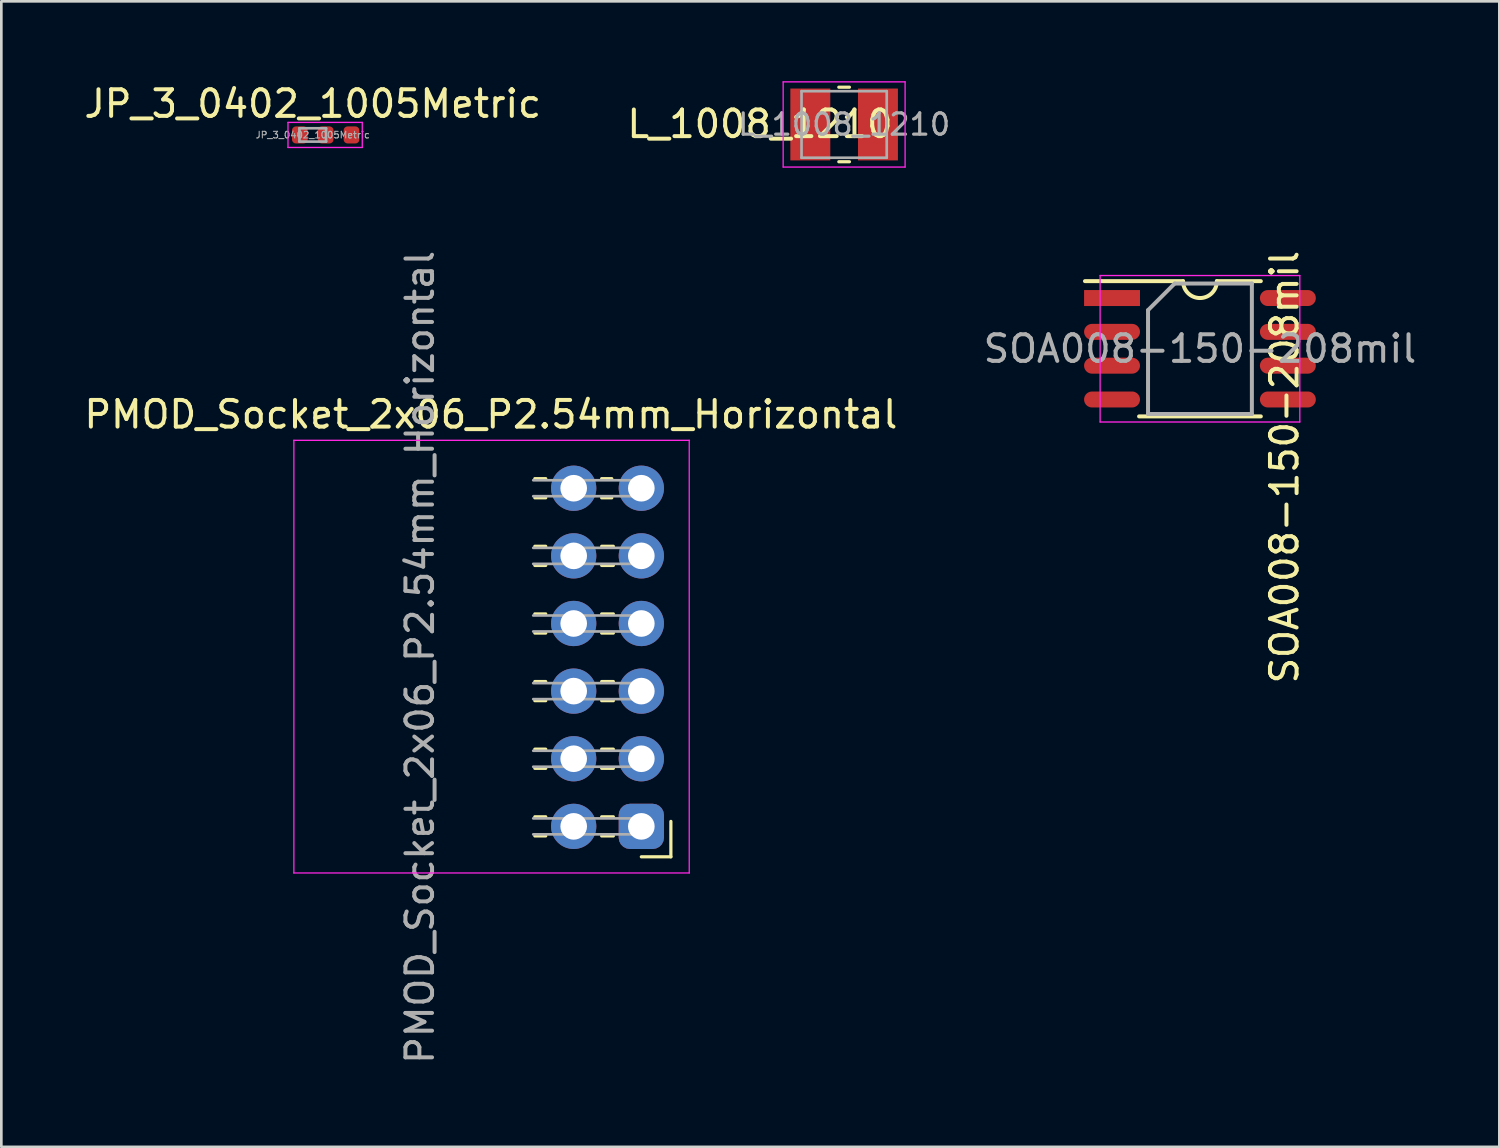
<source format=kicad_pcb>
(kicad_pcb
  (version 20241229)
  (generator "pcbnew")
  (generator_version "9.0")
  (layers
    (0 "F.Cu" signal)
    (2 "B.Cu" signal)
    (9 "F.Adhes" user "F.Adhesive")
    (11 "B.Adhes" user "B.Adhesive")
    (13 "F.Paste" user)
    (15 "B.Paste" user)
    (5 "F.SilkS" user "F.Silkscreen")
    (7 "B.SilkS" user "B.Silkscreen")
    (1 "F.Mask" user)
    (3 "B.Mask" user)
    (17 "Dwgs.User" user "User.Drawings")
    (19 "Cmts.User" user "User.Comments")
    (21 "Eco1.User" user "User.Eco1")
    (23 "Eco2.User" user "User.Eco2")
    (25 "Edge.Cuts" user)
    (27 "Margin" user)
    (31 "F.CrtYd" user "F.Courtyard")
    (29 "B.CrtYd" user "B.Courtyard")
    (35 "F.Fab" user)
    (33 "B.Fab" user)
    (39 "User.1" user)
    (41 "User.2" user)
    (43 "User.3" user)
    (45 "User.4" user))
  (footprint "SOA008-150-208mil"
    (layer "F.Cu")
    (at 42.018 10.049)
    (property "Reference" "SOA008-150-208mil" (at 3.175 4.445 270) (layer "F.SilkS") (effects (font (size 1 1) (thickness 0.15))))
    (attr smd)
    (fp_line (start -0.635 -2.54) (end -4.318 -2.54) (stroke (width 0.15) (type solid)) (layer "F.SilkS"))
    (fp_line (start 0.635 -2.54) (end 2.286 -2.54) (stroke (width 0.15) (type solid)) (layer "F.SilkS"))
    (fp_line (start 2.286 2.54) (end -2.286 2.54) (stroke (width 0.15) (type solid)) (layer "F.SilkS"))
    (fp_arc (start 0.635 -2.54) (mid 0 -1.905) (end -0.635 -2.54) (stroke (width 0.15) (type solid)) (layer "F.SilkS"))
    (fp_line (start -3.75 -2.75) (end -3.75 2.75) (stroke (width 0.05) (type solid)) (layer "F.CrtYd"))
    (fp_line (start -3.75 -2.75) (end 3.75 -2.75) (stroke (width 0.05) (type solid)) (layer "F.CrtYd"))
    (fp_line (start -3.75 2.75) (end 3.75 2.75) (stroke (width 0.05) (type solid)) (layer "F.CrtYd"))
    (fp_line (start 3.75 -2.75) (end 3.75 2.75) (stroke (width 0.05) (type solid)) (layer "F.CrtYd"))
    (fp_line (start -1.95 -1.45) (end -0.95 -2.45) (stroke (width 0.15) (type solid)) (layer "F.Fab"))
    (fp_line (start -1.95 2.45) (end -1.95 -1.45) (stroke (width 0.15) (type solid)) (layer "F.Fab"))
    (fp_line (start -0.95 -2.45) (end 1.95 -2.45) (stroke (width 0.15) (type solid)) (layer "F.Fab"))
    (fp_line (start 1.95 -2.45) (end 1.95 2.45) (stroke (width 0.15) (type solid)) (layer "F.Fab"))
    (fp_line (start 1.95 2.45) (end -1.95 2.45) (stroke (width 0.15) (type solid)) (layer "F.Fab"))
    (fp_text user "${REFERENCE}" (at 0 0 0) (layer "F.Fab") (effects (font (size 1 1) (thickness 0.15))))
    (pad "1" smd rect (at -3.302 -1.905) (size 2.1 0.6) (layers "F.Cu" "F.Mask" "F.Paste"))
    (pad "2" smd oval (at -3.302 -0.635) (size 2.1 0.6) (layers "F.Cu" "F.Mask" "F.Paste"))
    (pad "3" smd oval (at -3.302 0.635) (size 2.1 0.6) (layers "F.Cu" "F.Mask" "F.Paste"))
    (pad "4" smd oval (at -3.302 1.905) (size 2.1 0.6) (layers "F.Cu" "F.Mask" "F.Paste"))
    (pad "5" smd oval (at 3.302 1.905) (size 2.1 0.6) (layers "F.Cu" "F.Mask" "F.Paste"))
    (pad "6" smd oval (at 3.302 0.635) (size 2.1 0.6) (layers "F.Cu" "F.Mask" "F.Paste"))
    (pad "7" smd oval (at 3.302 -0.635) (size 2.1 0.6) (layers "F.Cu" "F.Mask" "F.Paste"))
    (pad "8" smd oval (at 3.302 -1.905) (size 2.1 0.6) (layers "F.Cu" "F.Mask" "F.Paste")))
  (footprint "PMOD_Socket_2x06_P2.54mm_Horizontal"
    (layer "F.Cu")
    (at 8.337 21.637)
    (property "Reference" "PMOD_Socket_2x06_P2.54mm_Horizontal" (at 7.05 -9.12 0) (layer "F.SilkS") (effects (font (size 1 1) (thickness 0.15))))
    (attr through_hole)
    (fp_line (start 8.7 -6.71) (end 9.11 -6.71) (stroke (width 0.12) (type solid)) (layer "F.SilkS"))
    (fp_line (start 8.7 -5.99) (end 9.11 -5.99) (stroke (width 0.12) (type solid)) (layer "F.SilkS"))
    (fp_line (start 8.7 -4.17) (end 9.11 -4.17) (stroke (width 0.12) (type solid)) (layer "F.SilkS"))
    (fp_line (start 8.7 -3.45) (end 9.11 -3.45) (stroke (width 0.12) (type solid)) (layer "F.SilkS"))
    (fp_line (start 8.7 -1.63) (end 9.11 -1.63) (stroke (width 0.12) (type solid)) (layer "F.SilkS"))
    (fp_line (start 8.7 -0.91) (end 9.11 -0.91) (stroke (width 0.12) (type solid)) (layer "F.SilkS"))
    (fp_line (start 8.7 0.91) (end 9.11 0.91) (stroke (width 0.12) (type solid)) (layer "F.SilkS"))
    (fp_line (start 8.7 1.63) (end 9.11 1.63) (stroke (width 0.12) (type solid)) (layer "F.SilkS"))
    (fp_line (start 8.7 3.45) (end 9.11 3.45) (stroke (width 0.12) (type solid)) (layer "F.SilkS"))
    (fp_line (start 8.7 4.17) (end 9.11 4.17) (stroke (width 0.12) (type solid)) (layer "F.SilkS"))
    (fp_line (start 8.7 5.99) (end 9.11 5.99) (stroke (width 0.12) (type solid)) (layer "F.SilkS"))
    (fp_line (start 8.7 6.71) (end 9.11 6.71) (stroke (width 0.12) (type solid)) (layer "F.SilkS"))
    (fp_line (start 11.21 -6.71) (end 11.59 -6.71) (stroke (width 0.12) (type solid)) (layer "F.SilkS"))
    (fp_line (start 11.21 -5.99) (end 11.59 -5.99) (stroke (width 0.12) (type solid)) (layer "F.SilkS"))
    (fp_line (start 11.21 -4.17) (end 11.65 -4.17) (stroke (width 0.12) (type solid)) (layer "F.SilkS"))
    (fp_line (start 11.21 -3.45) (end 11.65 -3.45) (stroke (width 0.12) (type solid)) (layer "F.SilkS"))
    (fp_line (start 11.21 -1.63) (end 11.65 -1.63) (stroke (width 0.12) (type solid)) (layer "F.SilkS"))
    (fp_line (start 11.21 -0.91) (end 11.65 -0.91) (stroke (width 0.12) (type solid)) (layer "F.SilkS"))
    (fp_line (start 11.21 0.91) (end 11.65 0.91) (stroke (width 0.12) (type solid)) (layer "F.SilkS"))
    (fp_line (start 11.21 1.63) (end 11.65 1.63) (stroke (width 0.12) (type solid)) (layer "F.SilkS"))
    (fp_line (start 11.21 3.45) (end 11.65 3.45) (stroke (width 0.12) (type solid)) (layer "F.SilkS"))
    (fp_line (start 11.21 4.17) (end 11.65 4.17) (stroke (width 0.12) (type solid)) (layer "F.SilkS"))
    (fp_line (start 11.21 5.99) (end 11.65 5.99) (stroke (width 0.12) (type solid)) (layer "F.SilkS"))
    (fp_line (start 11.21 6.71) (end 11.65 6.71) (stroke (width 0.12) (type solid)) (layer "F.SilkS"))
    (fp_line (start 12.7 7.493) (end 13.81 7.493) (stroke (width 0.12) (type solid)) (layer "F.SilkS"))
    (fp_line (start 13.81 6.163) (end 13.81 7.493) (stroke (width 0.12) (type solid)) (layer "F.SilkS"))
    (fp_line (start -0.35 -8.15) (end -0.35 8.1) (stroke (width 0.05) (type solid)) (layer "F.CrtYd"))
    (fp_line (start -0.35 8.1) (end 14.5 8.1) (stroke (width 0.05) (type solid)) (layer "F.CrtYd"))
    (fp_line (start 14.5 -8.15) (end -0.35 -8.15) (stroke (width 0.05) (type solid)) (layer "F.CrtYd"))
    (fp_line (start 14.5 8.1) (end 14.5 -8.15) (stroke (width 0.05) (type solid)) (layer "F.CrtYd"))
    (fp_line (start 8.64 -6.05) (end 12.7 -6.05) (stroke (width 0.1) (type solid)) (layer "F.Fab"))
    (fp_line (start 8.64 -3.51) (end 12.7 -3.51) (stroke (width 0.1) (type solid)) (layer "F.Fab"))
    (fp_line (start 8.64 -0.97) (end 12.7 -0.97) (stroke (width 0.1) (type solid)) (layer "F.Fab"))
    (fp_line (start 8.64 1.57) (end 12.7 1.57) (stroke (width 0.1) (type solid)) (layer "F.Fab"))
    (fp_line (start 8.64 4.11) (end 12.7 4.11) (stroke (width 0.1) (type solid)) (layer "F.Fab"))
    (fp_line (start 8.64 6.65) (end 12.7 6.65) (stroke (width 0.1) (type solid)) (layer "F.Fab"))
    (fp_line (start 12.7 -6.65) (end 8.64 -6.65) (stroke (width 0.1) (type solid)) (layer "F.Fab"))
    (fp_line (start 12.7 -6.05) (end 12.7 -6.65) (stroke (width 0.1) (type solid)) (layer "F.Fab"))
    (fp_line (start 12.7 -4.11) (end 8.64 -4.11) (stroke (width 0.1) (type solid)) (layer "F.Fab"))
    (fp_line (start 12.7 -3.51) (end 12.7 -4.11) (stroke (width 0.1) (type solid)) (layer "F.Fab"))
    (fp_line (start 12.7 -1.57) (end 8.64 -1.57) (stroke (width 0.1) (type solid)) (layer "F.Fab"))
    (fp_line (start 12.7 -0.97) (end 12.7 -1.57) (stroke (width 0.1) (type solid)) (layer "F.Fab"))
    (fp_line (start 12.7 0.97) (end 8.64 0.97) (stroke (width 0.1) (type solid)) (layer "F.Fab"))
    (fp_line (start 12.7 1.57) (end 12.7 0.97) (stroke (width 0.1) (type solid)) (layer "F.Fab"))
    (fp_line (start 12.7 3.51) (end 8.64 3.51) (stroke (width 0.1) (type solid)) (layer "F.Fab"))
    (fp_line (start 12.7 4.11) (end 12.7 3.51) (stroke (width 0.1) (type solid)) (layer "F.Fab"))
    (fp_line (start 12.7 6.05) (end 8.64 6.05) (stroke (width 0.1) (type solid)) (layer "F.Fab"))
    (fp_line (start 12.7 6.65) (end 12.7 6.05) (stroke (width 0.1) (type solid)) (layer "F.Fab"))
    (fp_text user "${REFERENCE}" (at 4.385 0 270) (layer "F.Fab") (effects (font (size 1 1) (thickness 0.15))))
    (pad "1" thru_hole roundrect (at 12.7 6.35) (size 1.7 1.7) (drill 1) (layers "*.Cu" "*.Mask") (roundrect_rratio 0.25))
    (pad "2" thru_hole oval (at 12.7 3.81) (size 1.7 1.7) (drill 1) (layers "*.Cu" "*.Mask"))
    (pad "3" thru_hole oval (at 12.7 1.27) (size 1.7 1.7) (drill 1) (layers "*.Cu" "*.Mask"))
    (pad "4" thru_hole oval (at 12.7 -1.27) (size 1.7 1.7) (drill 1) (layers "*.Cu" "*.Mask"))
    (pad "5" thru_hole oval (at 12.7 -3.81) (size 1.7 1.7) (drill 1) (layers "*.Cu" "*.Mask"))
    (pad "6" thru_hole oval (at 12.7 -6.35) (size 1.7 1.7) (drill 1) (layers "*.Cu" "*.Mask"))
    (pad "7" thru_hole oval (at 10.16 6.35) (size 1.7 1.7) (drill 1) (layers "*.Cu" "*.Mask"))
    (pad "8" thru_hole oval (at 10.16 3.81) (size 1.7 1.7) (drill 1) (layers "*.Cu" "*.Mask"))
    (pad "9" thru_hole oval (at 10.16 1.27) (size 1.7 1.7) (drill 1) (layers "*.Cu" "*.Mask"))
    (pad "10" thru_hole oval (at 10.16 -1.27) (size 1.7 1.7) (drill 1) (layers "*.Cu" "*.Mask"))
    (pad "11" thru_hole oval (at 10.16 -3.81) (size 1.7 1.7) (drill 1) (layers "*.Cu" "*.Mask"))
    (pad "12" thru_hole oval (at 10.16 -6.35) (size 1.7 1.7) (drill 1) (layers "*.Cu" "*.Mask")))
  (footprint "JP_3_0402_1005Metric"
    (layer "F.Cu")
    (at 8.696 2.018)
    (property "Reference" "JP_3_0402_1005Metric" (at 0 -1.17 0) (layer "F.SilkS") (effects (font (size 1 1) (thickness 0.15))))
    (attr smd)
    (fp_line (start -0.93 -0.47) (end 1.86 -0.47) (stroke (width 0.05) (type solid)) (layer "F.CrtYd"))
    (fp_line (start -0.93 0.47) (end -0.93 -0.47) (stroke (width 0.05) (type solid)) (layer "F.CrtYd"))
    (fp_line (start 1.86 -0.47) (end 1.86 0.47) (stroke (width 0.05) (type solid)) (layer "F.CrtYd"))
    (fp_line (start 1.86 0.47) (end -0.93 0.47) (stroke (width 0.05) (type solid)) (layer "F.CrtYd"))
    (fp_line (start -0.5 -0.25) (end 0.5 -0.25) (stroke (width 0.1) (type solid)) (layer "F.Fab"))
    (fp_line (start -0.5 0.25) (end -0.5 -0.25) (stroke (width 0.1) (type solid)) (layer "F.Fab"))
    (fp_line (start 0.5 -0.25) (end 0.5 0.25) (stroke (width 0.1) (type solid)) (layer "F.Fab"))
    (fp_line (start 0.5 0.25) (end -0.5 0.25) (stroke (width 0.1) (type solid)) (layer "F.Fab"))
    (fp_text user "${REFERENCE}" (at 0 0 0) (layer "F.Fab") (effects (font (size 0.25 0.25) (thickness 0.04))))
    (pad "1" smd roundrect (at -0.485 0) (size 0.59 0.64) (layers "F.Cu" "F.Mask" "F.Paste") (roundrect_rratio 0.25))
    (pad "2" smd roundrect (at 0.485 0) (size 0.59 0.64) (layers "F.Cu" "F.Mask" "F.Paste") (roundrect_rratio 0.25))
    (pad "3" smd roundrect (at 1.455 0) (size 0.59 0.64) (layers "F.Cu" "F.Mask" "F.Paste") (roundrect_rratio 0.25)))
  (footprint "L_1008_1210"
    (layer "F.Cu")
    (at 28.654 1.625)
    (property "Reference" "L_1008_1210" (at -3.16 -0.018 0) (layer "F.SilkS") (effects (font (size 1 1) (thickness 0.15))))
    (attr smd)
    (fp_line (start -0.2 -1.4) (end 0.2 -1.4) (stroke (width 0.12) (type solid)) (layer "F.SilkS"))
    (fp_line (start -0.2 1.4) (end 0.2 1.4) (stroke (width 0.12) (type solid)) (layer "F.SilkS"))
    (fp_line (start -2.29 -1.6) (end 2.29 -1.6) (stroke (width 0.05) (type solid)) (layer "F.CrtYd"))
    (fp_line (start -2.29 1.6) (end -2.29 -1.6) (stroke (width 0.05) (type solid)) (layer "F.CrtYd"))
    (fp_line (start 2.29 -1.6) (end 2.29 1.6) (stroke (width 0.05) (type solid)) (layer "F.CrtYd"))
    (fp_line (start 2.29 1.6) (end -2.29 1.6) (stroke (width 0.05) (type solid)) (layer "F.CrtYd"))
    (fp_line (start -1.6 -1.25) (end 1.6 -1.25) (stroke (width 0.1) (type solid)) (layer "F.Fab"))
    (fp_line (start -1.6 1.25) (end -1.6 -1.25) (stroke (width 0.1) (type solid)) (layer "F.Fab"))
    (fp_line (start 1.6 -1.25) (end 1.6 1.25) (stroke (width 0.1) (type solid)) (layer "F.Fab"))
    (fp_line (start 1.6 1.25) (end -1.6 1.25) (stroke (width 0.1) (type solid)) (layer "F.Fab"))
    (fp_text user "${REFERENCE}" (at 0 0 0) (layer "F.Fab") (effects (font (size 0.8 0.8) (thickness 0.12))))
    (pad "1" smd rect (at -1.27 0) (size 1.5 2.7) (layers "F.Cu" "F.Mask" "F.Paste"))
    (pad "2" smd rect (at 1.27 0) (size 1.5 2.7) (layers "F.Cu" "F.Mask" "F.Paste")))
  (gr_rect
    (start -3 -3)
    (end 53.262 40.024)
    (stroke (width 0.1) (type default))
    (fill no)
    (layer "Edge.Cuts")))
</source>
